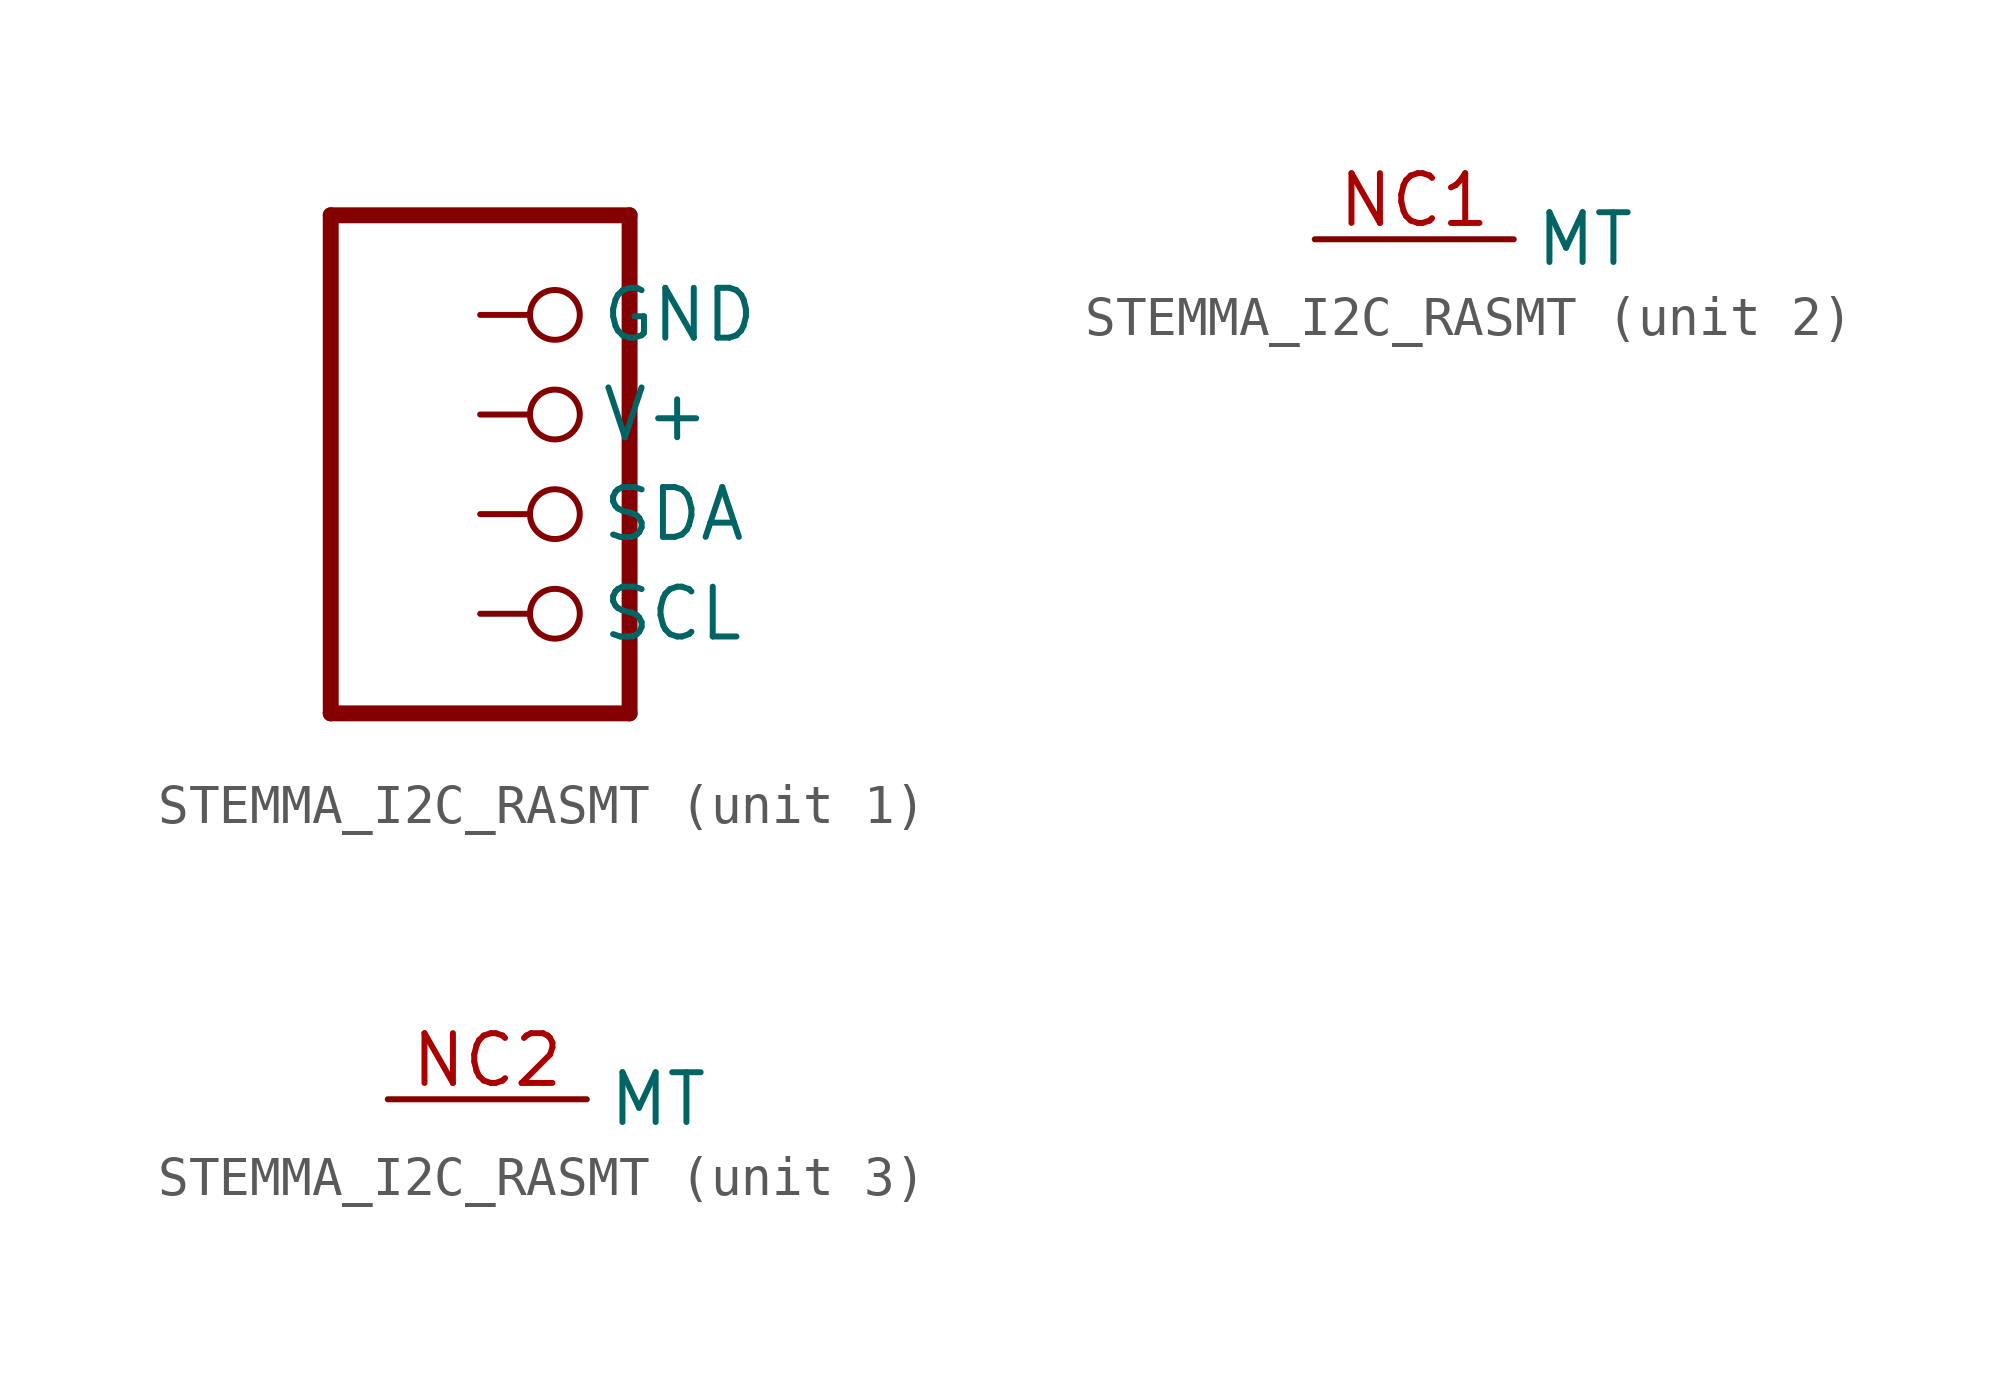
<source format=kicad_sym>
(kicad_symbol_lib
  (version 20231120)
  (generator "kicad_symbol_editor")
  (generator_version "8.0")
  (symbol "STEMMA_I2C_RASMT"
    (property "Reference" "CONN"
      (at -3.81 8.255 0)
      (effects (font (size 1.778 1.511)) (justify left bottom) (hide yes)))
    (property "ki_locked" ""
      (at 0 0 0)
      (effects (font (size 1.27 1.27))))
    (symbol "STEMMA_I2C_RASMT_1_0"
      (polyline (pts (xy -3.81 -5.08) (xy 3.81 -5.08)) (stroke (width 0.406) (type solid)) (fill (type none)))
      (polyline (pts (xy -3.81 7.62) (xy -3.81 -5.08)) (stroke (width 0.406) (type solid)) (fill (type none)))
      (polyline (pts (xy 3.81 -5.08) (xy 3.81 7.62)) (stroke (width 0.406) (type solid)) (fill (type none)))
      (polyline (pts (xy 3.81 7.62) (xy -3.81 7.62)) (stroke (width 0.406) (type solid)) (fill (type none)))
      (pin passive inverted (at 0 5.08 0) (length 2.54) (name "GND" (effects (font (size 1.27 1.27)))) (number "1" (effects (font (size 0 0)))))
      (pin passive inverted (at 0 2.54 0) (length 2.54) (name "V+" (effects (font (size 1.27 1.27)))) (number "2" (effects (font (size 0 0)))))
      (pin passive inverted (at 0 0 0) (length 2.54) (name "SDA" (effects (font (size 1.27 1.27)))) (number "3" (effects (font (size 0 0)))))
      (pin passive inverted (at 0 -2.54 0) (length 2.54) (name "SCL" (effects (font (size 1.27 1.27)))) (number "4" (effects (font (size 0 0))))))
    (symbol "STEMMA_I2C_RASMT_2_0"
      (pin bidirectional line (at 0 0 0) (length 5.08) (name "MT" (effects (font (size 1.27 1.27)))) (number "NC1" (effects (font (size 1.27 1.27))))))
    (symbol "STEMMA_I2C_RASMT_3_0"
      (pin bidirectional line (at 0 0 0) (length 5.08) (name "MT" (effects (font (size 1.27 1.27)))) (number "NC2" (effects (font (size 1.27 1.27))))))))
</source>
